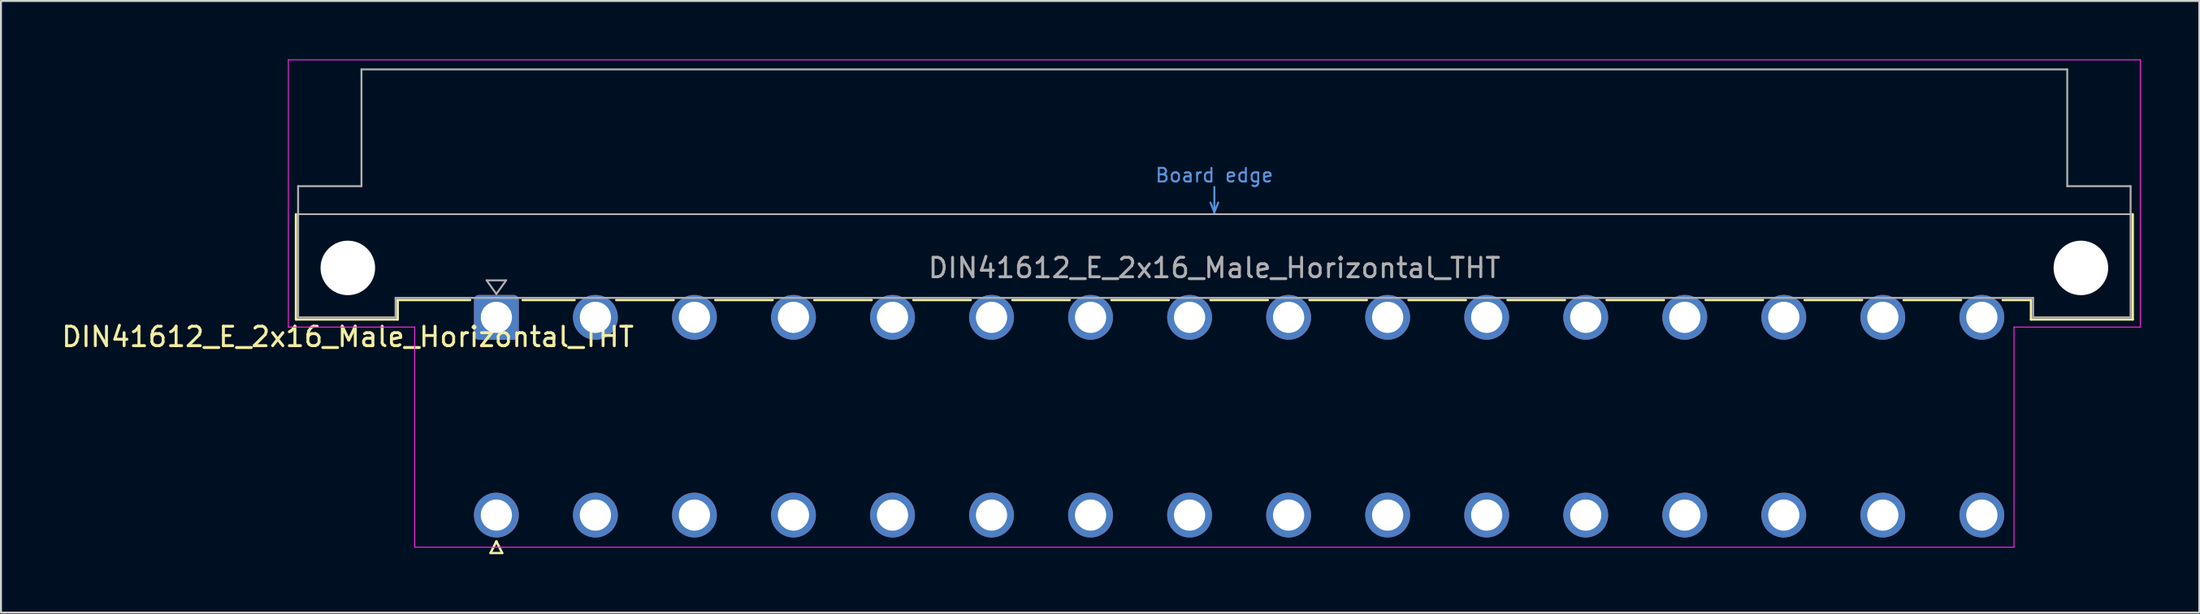
<source format=kicad_pcb>
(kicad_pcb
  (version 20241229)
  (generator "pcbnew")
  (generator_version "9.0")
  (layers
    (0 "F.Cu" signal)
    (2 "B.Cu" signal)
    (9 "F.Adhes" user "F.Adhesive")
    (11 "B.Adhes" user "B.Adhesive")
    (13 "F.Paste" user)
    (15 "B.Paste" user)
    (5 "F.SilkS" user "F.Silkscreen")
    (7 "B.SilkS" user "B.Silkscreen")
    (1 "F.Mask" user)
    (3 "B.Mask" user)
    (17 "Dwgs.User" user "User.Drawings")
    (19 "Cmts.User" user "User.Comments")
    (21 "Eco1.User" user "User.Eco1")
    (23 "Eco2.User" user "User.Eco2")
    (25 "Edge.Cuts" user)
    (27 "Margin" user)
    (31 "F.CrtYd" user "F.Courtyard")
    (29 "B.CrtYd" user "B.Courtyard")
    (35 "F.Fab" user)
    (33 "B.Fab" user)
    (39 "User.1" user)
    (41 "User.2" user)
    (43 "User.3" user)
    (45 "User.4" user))
  (footprint "DIN41612_E_2x16_Male_Horizontal_THT"
    (layer "F.Cu")
    (at 19.872 13.255)
    (property "Reference" "DIN41612_E_2x16_Male_Horizontal_THT" (at -5.08 1 0) (layer "F.SilkS") (effects (font (size 1 1) (thickness 0.15))))
    (attr through_hole)
    (fp_line (start -7.74 -5.3) (end -7.74 0.11) (stroke (width 0.12) (type solid)) (layer "F.SilkS"))
    (fp_line (start -7.74 0.11) (end -2.52 0.11) (stroke (width 0.12) (type solid)) (layer "F.SilkS"))
    (fp_line (start -2.521 -0.89) (end 1.191 -0.89) (stroke (width 0.12) (type solid)) (layer "F.SilkS"))
    (fp_line (start -2.52 0.11) (end -2.52 -0.89) (stroke (width 0.12) (type solid)) (layer "F.SilkS"))
    (fp_line (start 2.24 12.11) (end 2.84 12.11) (stroke (width 0.12) (type solid)) (layer "F.SilkS"))
    (fp_line (start 2.54 11.51) (end 2.24 12.11) (stroke (width 0.12) (type solid)) (layer "F.SilkS"))
    (fp_line (start 2.84 12.11) (end 2.54 11.51) (stroke (width 0.12) (type solid)) (layer "F.SilkS"))
    (fp_line (start 3.89 -0.89) (end 6.552 -0.89) (stroke (width 0.12) (type solid)) (layer "F.SilkS"))
    (fp_line (start 8.689 -0.89) (end 11.632 -0.89) (stroke (width 0.12) (type solid)) (layer "F.SilkS"))
    (fp_line (start 13.769 -0.89) (end 16.712 -0.89) (stroke (width 0.12) (type solid)) (layer "F.SilkS"))
    (fp_line (start 18.849 -0.89) (end 21.792 -0.89) (stroke (width 0.12) (type solid)) (layer "F.SilkS"))
    (fp_line (start 23.929 -0.89) (end 26.872 -0.89) (stroke (width 0.12) (type solid)) (layer "F.SilkS"))
    (fp_line (start 29.009 -0.89) (end 31.952 -0.89) (stroke (width 0.12) (type solid)) (layer "F.SilkS"))
    (fp_line (start 34.089 -0.89) (end 37.032 -0.89) (stroke (width 0.12) (type solid)) (layer "F.SilkS"))
    (fp_line (start 39.169 -0.89) (end 42.112 -0.89) (stroke (width 0.12) (type solid)) (layer "F.SilkS"))
    (fp_line (start 44.249 -0.89) (end 47.192 -0.89) (stroke (width 0.12) (type solid)) (layer "F.SilkS"))
    (fp_line (start 49.329 -0.89) (end 52.272 -0.89) (stroke (width 0.12) (type solid)) (layer "F.SilkS"))
    (fp_line (start 54.409 -0.89) (end 57.352 -0.89) (stroke (width 0.12) (type solid)) (layer "F.SilkS"))
    (fp_line (start 59.489 -0.89) (end 62.432 -0.89) (stroke (width 0.12) (type solid)) (layer "F.SilkS"))
    (fp_line (start 64.569 -0.89) (end 67.512 -0.89) (stroke (width 0.12) (type solid)) (layer "F.SilkS"))
    (fp_line (start 69.649 -0.89) (end 72.592 -0.89) (stroke (width 0.12) (type solid)) (layer "F.SilkS"))
    (fp_line (start 74.729 -0.89) (end 77.672 -0.89) (stroke (width 0.12) (type solid)) (layer "F.SilkS"))
    (fp_line (start 79.809 -0.89) (end 81.26 -0.89) (stroke (width 0.12) (type solid)) (layer "F.SilkS"))
    (fp_line (start 81.26 0.11) (end 81.26 -0.89) (stroke (width 0.12) (type solid)) (layer "F.SilkS"))
    (fp_line (start 86.48 -5.3) (end 86.48 0.11) (stroke (width 0.12) (type solid)) (layer "F.SilkS"))
    (fp_line (start 86.48 0.11) (end 81.26 0.11) (stroke (width 0.12) (type solid)) (layer "F.SilkS"))
    (fp_line (start -7.63 -5.3) (end 86.37 -5.3) (stroke (width 0.08) (type solid)) (layer "Dwgs.User"))
    (fp_line (start 39.17 -5.9) (end 39.37 -5.4) (stroke (width 0.1) (type solid)) (layer "Cmts.User"))
    (fp_line (start 39.37 -5.4) (end 39.37 -6.7) (stroke (width 0.1) (type solid)) (layer "Cmts.User"))
    (fp_line (start 39.37 -5.4) (end 39.57 -5.9) (stroke (width 0.1) (type solid)) (layer "Cmts.User"))
    (fp_line (start -8.13 -13.23) (end -8.13 0.5) (stroke (width 0.05) (type solid)) (layer "F.CrtYd"))
    (fp_line (start -8.13 0.5) (end -1.65 0.5) (stroke (width 0.05) (type solid)) (layer "F.CrtYd"))
    (fp_line (start -1.65 0.5) (end -1.65 11.81) (stroke (width 0.05) (type solid)) (layer "F.CrtYd"))
    (fp_line (start -1.65 11.81) (end 80.39 11.81) (stroke (width 0.05) (type solid)) (layer "F.CrtYd"))
    (fp_line (start 80.39 0.5) (end 86.87 0.5) (stroke (width 0.05) (type solid)) (layer "F.CrtYd"))
    (fp_line (start 80.39 11.81) (end 80.39 0.5) (stroke (width 0.05) (type solid)) (layer "F.CrtYd"))
    (fp_line (start 86.87 -13.23) (end -8.13 -13.23) (stroke (width 0.05) (type solid)) (layer "F.CrtYd"))
    (fp_line (start 86.87 0.5) (end 86.87 -13.23) (stroke (width 0.05) (type solid)) (layer "F.CrtYd"))
    (fp_line (start -7.63 -6.74) (end -7.63 0) (stroke (width 0.1) (type solid)) (layer "F.Fab"))
    (fp_line (start -7.63 0) (end -2.63 0) (stroke (width 0.1) (type solid)) (layer "F.Fab"))
    (fp_line (start -4.38 -12.74) (end -4.38 -6.74) (stroke (width 0.1) (type solid)) (layer "F.Fab"))
    (fp_line (start -4.38 -6.74) (end -7.63 -6.74) (stroke (width 0.1) (type solid)) (layer "F.Fab"))
    (fp_line (start -2.63 -1) (end 81.37 -1) (stroke (width 0.1) (type solid)) (layer "F.Fab"))
    (fp_line (start -2.63 0) (end -2.63 -1) (stroke (width 0.1) (type solid)) (layer "F.Fab"))
    (fp_line (start 2.04 -1.9) (end 3.04 -1.9) (stroke (width 0.1) (type solid)) (layer "F.Fab"))
    (fp_line (start 2.54 -1.2) (end 2.04 -1.9) (stroke (width 0.1) (type solid)) (layer "F.Fab"))
    (fp_line (start 3.04 -1.9) (end 2.54 -1.2) (stroke (width 0.1) (type solid)) (layer "F.Fab"))
    (fp_line (start 81.37 -1) (end 81.37 0) (stroke (width 0.1) (type solid)) (layer "F.Fab"))
    (fp_line (start 81.37 0) (end 86.37 0) (stroke (width 0.1) (type solid)) (layer "F.Fab"))
    (fp_line (start 83.12 -12.74) (end -4.38 -12.74) (stroke (width 0.1) (type solid)) (layer "F.Fab"))
    (fp_line (start 83.12 -6.74) (end 83.12 -12.74) (stroke (width 0.1) (type solid)) (layer "F.Fab"))
    (fp_line (start 86.37 -6.74) (end 83.12 -6.74) (stroke (width 0.1) (type solid)) (layer "F.Fab"))
    (fp_line (start 86.37 0) (end 86.37 -6.74) (stroke (width 0.1) (type solid)) (layer "F.Fab"))
    (fp_text user "Board edge" (at 39.37 -7.3 0) (layer "Cmts.User") (effects (font (size 0.7 0.7) (thickness 0.1))))
    (fp_text user "${REFERENCE}" (at 39.37 -2.54 0) (layer "F.Fab") (effects (font (size 1 1) (thickness 0.15))))
    (pad "" np_thru_hole circle (at -5.08 -2.54) (size 2.8 2.8) (drill 2.8) (layers "*.Cu" "*.Mask"))
    (pad "" np_thru_hole circle (at 83.82 -2.54) (size 2.8 2.8) (drill 2.8) (layers "*.Cu" "*.Mask"))
    (pad "a0" thru_hole roundrect (at 2.54 0) (size 2.3 2.3) (drill 1.6) (layers "*.Cu" "*.Mask") (roundrect_rratio 0.109))
    (pad "a1" thru_hole circle (at 7.62 0) (size 2.3 2.3) (drill 1.6) (layers "*.Cu" "*.Mask"))
    (pad "a2" thru_hole circle (at 12.7 0) (size 2.3 2.3) (drill 1.6) (layers "*.Cu" "*.Mask"))
    (pad "a3" thru_hole circle (at 17.78 0) (size 2.3 2.3) (drill 1.6) (layers "*.Cu" "*.Mask"))
    (pad "a4" thru_hole circle (at 22.86 0) (size 2.3 2.3) (drill 1.6) (layers "*.Cu" "*.Mask"))
    (pad "a5" thru_hole circle (at 27.94 0) (size 2.3 2.3) (drill 1.6) (layers "*.Cu" "*.Mask"))
    (pad "a6" thru_hole circle (at 33.02 0) (size 2.3 2.3) (drill 1.6) (layers "*.Cu" "*.Mask"))
    (pad "a7" thru_hole circle (at 38.1 0) (size 2.3 2.3) (drill 1.6) (layers "*.Cu" "*.Mask"))
    (pad "a8" thru_hole circle (at 43.18 0) (size 2.3 2.3) (drill 1.6) (layers "*.Cu" "*.Mask"))
    (pad "a9" thru_hole circle (at 48.26 0) (size 2.3 2.3) (drill 1.6) (layers "*.Cu" "*.Mask"))
    (pad "a10" thru_hole circle (at 53.34 0) (size 2.3 2.3) (drill 1.6) (layers "*.Cu" "*.Mask"))
    (pad "a11" thru_hole circle (at 58.42 0) (size 2.3 2.3) (drill 1.6) (layers "*.Cu" "*.Mask"))
    (pad "a12" thru_hole circle (at 63.5 0) (size 2.3 2.3) (drill 1.6) (layers "*.Cu" "*.Mask"))
    (pad "a13" thru_hole circle (at 68.58 0) (size 2.3 2.3) (drill 1.6) (layers "*.Cu" "*.Mask"))
    (pad "a14" thru_hole circle (at 73.66 0) (size 2.3 2.3) (drill 1.6) (layers "*.Cu" "*.Mask"))
    (pad "a15" thru_hole circle (at 78.74 0) (size 2.3 2.3) (drill 1.6) (layers "*.Cu" "*.Mask"))
    (pad "e0" thru_hole circle (at 2.54 10.16) (size 2.3 2.3) (drill 1.6) (layers "*.Cu" "*.Mask"))
    (pad "e1" thru_hole circle (at 7.62 10.16) (size 2.3 2.3) (drill 1.6) (layers "*.Cu" "*.Mask"))
    (pad "e2" thru_hole circle (at 12.7 10.16) (size 2.3 2.3) (drill 1.6) (layers "*.Cu" "*.Mask"))
    (pad "e3" thru_hole circle (at 17.78 10.16) (size 2.3 2.3) (drill 1.6) (layers "*.Cu" "*.Mask"))
    (pad "e4" thru_hole circle (at 22.86 10.16) (size 2.3 2.3) (drill 1.6) (layers "*.Cu" "*.Mask"))
    (pad "e5" thru_hole circle (at 27.94 10.16) (size 2.3 2.3) (drill 1.6) (layers "*.Cu" "*.Mask"))
    (pad "e6" thru_hole circle (at 33.02 10.16) (size 2.3 2.3) (drill 1.6) (layers "*.Cu" "*.Mask"))
    (pad "e7" thru_hole circle (at 38.1 10.16) (size 2.3 2.3) (drill 1.6) (layers "*.Cu" "*.Mask"))
    (pad "e8" thru_hole circle (at 43.18 10.16) (size 2.3 2.3) (drill 1.6) (layers "*.Cu" "*.Mask"))
    (pad "e9" thru_hole circle (at 48.26 10.16) (size 2.3 2.3) (drill 1.6) (layers "*.Cu" "*.Mask"))
    (pad "e10" thru_hole circle (at 53.34 10.16) (size 2.3 2.3) (drill 1.6) (layers "*.Cu" "*.Mask"))
    (pad "e11" thru_hole circle (at 58.42 10.16) (size 2.3 2.3) (drill 1.6) (layers "*.Cu" "*.Mask"))
    (pad "e12" thru_hole circle (at 63.5 10.16) (size 2.3 2.3) (drill 1.6) (layers "*.Cu" "*.Mask"))
    (pad "e13" thru_hole circle (at 68.58 10.16) (size 2.3 2.3) (drill 1.6) (layers "*.Cu" "*.Mask"))
    (pad "e14" thru_hole circle (at 73.66 10.16) (size 2.3 2.3) (drill 1.6) (layers "*.Cu" "*.Mask"))
    (pad "e15" thru_hole circle (at 78.74 10.16) (size 2.3 2.3) (drill 1.6) (layers "*.Cu" "*.Mask")))
  (gr_rect
    (start -3 -3)
    (end 109.767 28.425)
    (stroke (width 0.1) (type default))
    (fill no)
    (layer "Edge.Cuts")))
</source>
